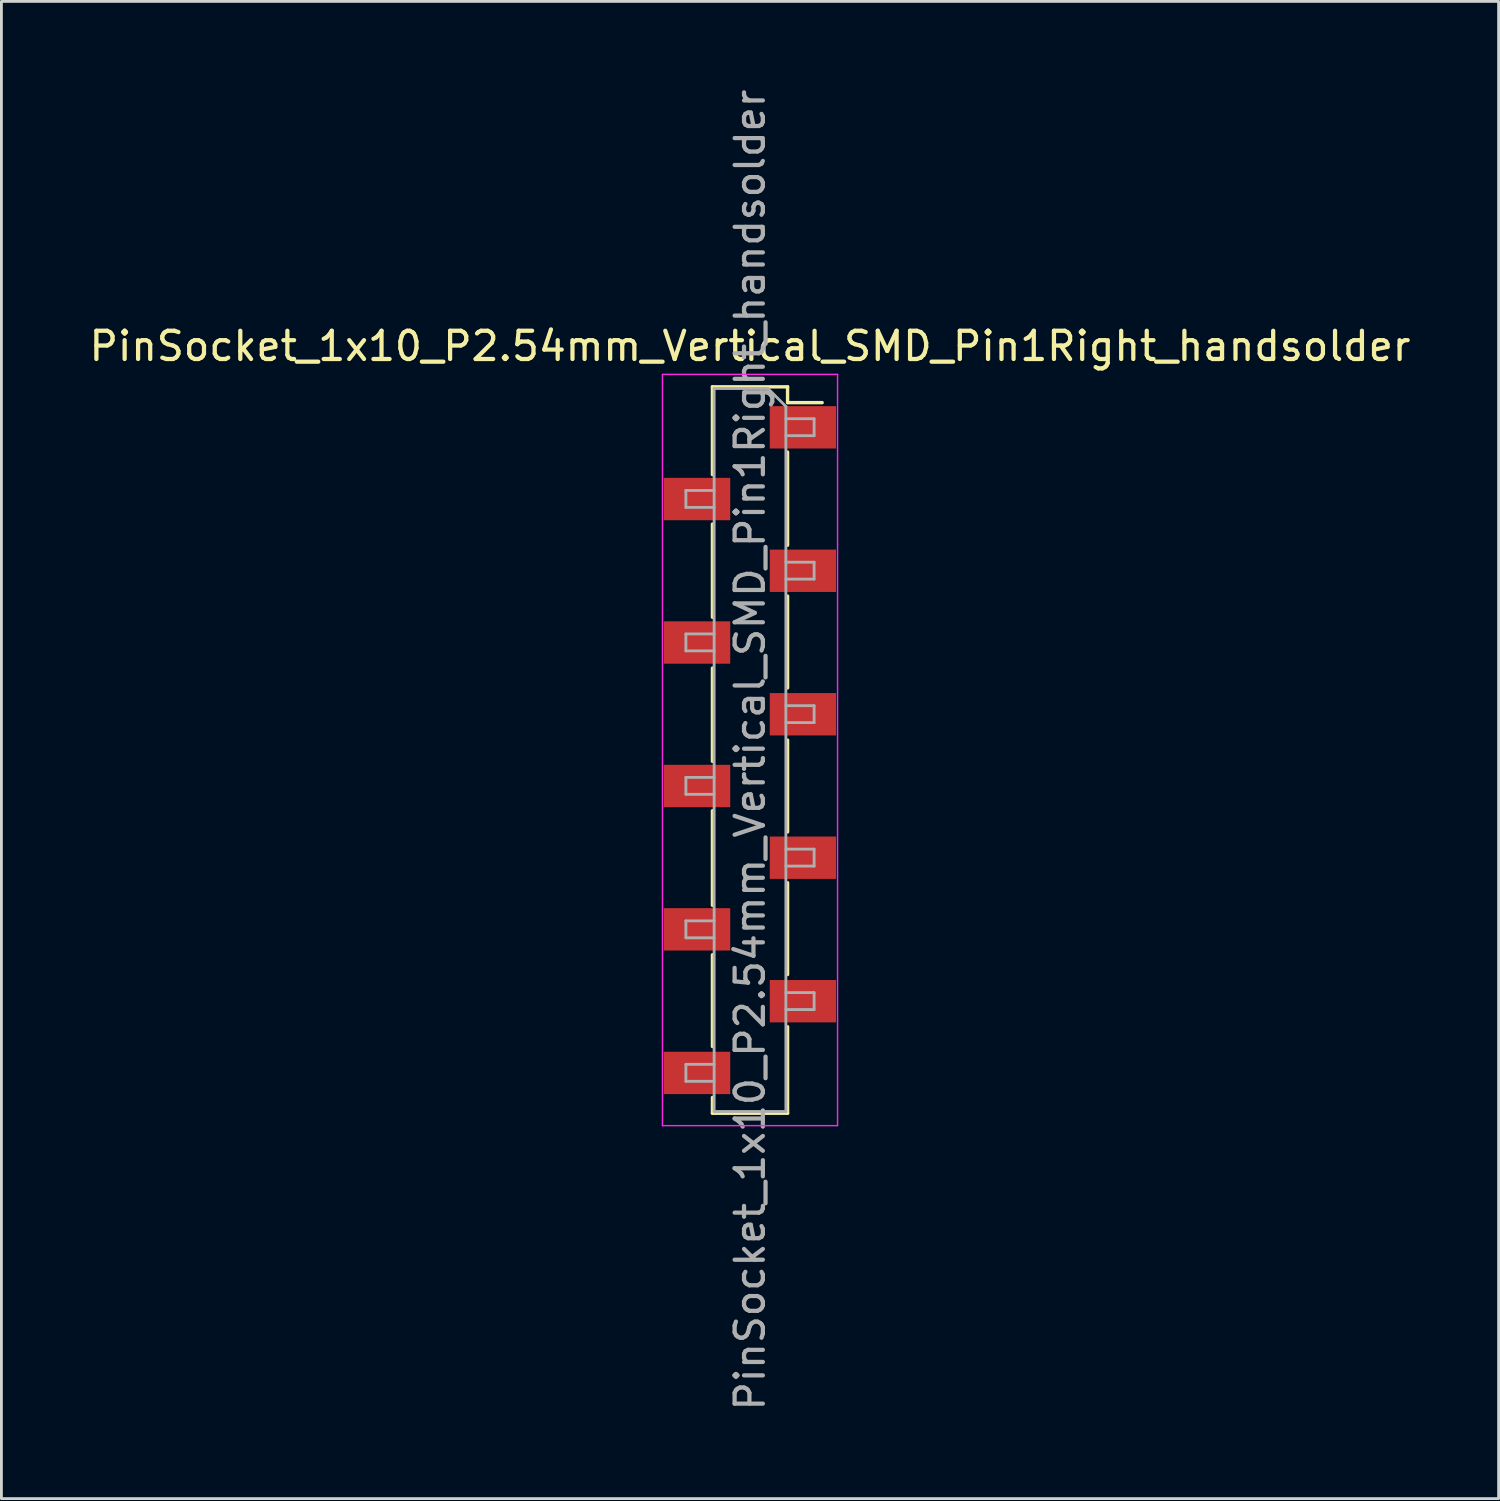
<source format=kicad_pcb>
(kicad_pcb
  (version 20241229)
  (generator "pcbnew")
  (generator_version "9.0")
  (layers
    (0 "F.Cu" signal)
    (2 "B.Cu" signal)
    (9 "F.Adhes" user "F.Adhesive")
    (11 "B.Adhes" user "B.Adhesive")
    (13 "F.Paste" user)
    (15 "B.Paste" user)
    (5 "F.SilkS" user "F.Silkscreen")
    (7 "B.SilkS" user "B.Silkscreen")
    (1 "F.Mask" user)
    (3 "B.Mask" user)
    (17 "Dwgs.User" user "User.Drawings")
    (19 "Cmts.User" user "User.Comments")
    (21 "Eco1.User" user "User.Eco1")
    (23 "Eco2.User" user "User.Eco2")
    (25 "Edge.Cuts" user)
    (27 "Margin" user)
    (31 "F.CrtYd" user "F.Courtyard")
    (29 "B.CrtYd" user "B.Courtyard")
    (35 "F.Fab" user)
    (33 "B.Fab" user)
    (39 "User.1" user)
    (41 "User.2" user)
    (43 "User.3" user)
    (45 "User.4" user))
  (footprint "PinSocket_1x10_P2.54mm_Vertical_SMD_Pin1Right_handsolder"
    (layer "F.Cu")
    (at 23.506 23.506)
    (property "Reference" "PinSocket_1x10_P2.54mm_Vertical_SMD_Pin1Right_handsolder" (at 0 -14.3 0) (layer "F.SilkS") (effects (font (size 1 1) (thickness 0.15))))
    (attr smd)
    (fp_line (start -1.33 -12.86) (end -1.33 -9.75) (stroke (width 0.12) (type solid)) (layer "F.SilkS"))
    (fp_line (start -1.33 -12.86) (end 1.33 -12.86) (stroke (width 0.12) (type solid)) (layer "F.SilkS"))
    (fp_line (start -1.33 -8) (end -1.33 -4.7) (stroke (width 0.12) (type solid)) (layer "F.SilkS"))
    (fp_line (start -1.33 -2.9) (end -1.33 0.4) (stroke (width 0.12) (type solid)) (layer "F.SilkS"))
    (fp_line (start -1.33 2.15) (end -1.33 5.5) (stroke (width 0.12) (type solid)) (layer "F.SilkS"))
    (fp_line (start -1.33 7.25) (end -1.33 10.5) (stroke (width 0.12) (type solid)) (layer "F.SilkS"))
    (fp_line (start -1.33 12.3) (end -1.33 12.86) (stroke (width 0.12) (type solid)) (layer "F.SilkS"))
    (fp_line (start -1.33 12.86) (end 1.33 12.86) (stroke (width 0.12) (type solid)) (layer "F.SilkS"))
    (fp_line (start 1.33 -12.86) (end 1.33 -12.3) (stroke (width 0.12) (type solid)) (layer "F.SilkS"))
    (fp_line (start 1.33 -10.55) (end 1.33 -7.25) (stroke (width 0.12) (type solid)) (layer "F.SilkS"))
    (fp_line (start 1.33 -5.45) (end 1.33 -2.2) (stroke (width 0.12) (type solid)) (layer "F.SilkS"))
    (fp_line (start 1.33 -0.35) (end 1.33 2.9) (stroke (width 0.12) (type solid)) (layer "F.SilkS"))
    (fp_line (start 1.33 4.7) (end 1.33 7.95) (stroke (width 0.12) (type solid)) (layer "F.SilkS"))
    (fp_line (start 1.33 9.8) (end 1.33 12.86) (stroke (width 0.12) (type solid)) (layer "F.SilkS"))
    (fp_line (start 1.345 -12.3) (end 2.555 -12.3) (stroke (width 0.12) (type solid)) (layer "F.SilkS"))
    (fp_line (start -3.1 -13.3) (end 3.1 -13.3) (stroke (width 0.05) (type solid)) (layer "F.CrtYd"))
    (fp_line (start -3.1 13.3) (end -3.1 -13.3) (stroke (width 0.05) (type solid)) (layer "F.CrtYd"))
    (fp_line (start 3.1 -13.3) (end 3.1 13.3) (stroke (width 0.05) (type solid)) (layer "F.CrtYd"))
    (fp_line (start 3.1 13.3) (end -3.1 13.3) (stroke (width 0.05) (type solid)) (layer "F.CrtYd"))
    (fp_line (start -2.27 -9.19) (end -1.27 -9.19) (stroke (width 0.1) (type solid)) (layer "F.Fab"))
    (fp_line (start -2.27 -8.59) (end -2.27 -9.19) (stroke (width 0.1) (type solid)) (layer "F.Fab"))
    (fp_line (start -2.27 -4.11) (end -1.27 -4.11) (stroke (width 0.1) (type solid)) (layer "F.Fab"))
    (fp_line (start -2.27 -3.51) (end -2.27 -4.11) (stroke (width 0.1) (type solid)) (layer "F.Fab"))
    (fp_line (start -2.27 0.97) (end -1.27 0.97) (stroke (width 0.1) (type solid)) (layer "F.Fab"))
    (fp_line (start -2.27 1.57) (end -2.27 0.97) (stroke (width 0.1) (type solid)) (layer "F.Fab"))
    (fp_line (start -2.27 6.05) (end -1.27 6.05) (stroke (width 0.1) (type solid)) (layer "F.Fab"))
    (fp_line (start -2.27 6.65) (end -2.27 6.05) (stroke (width 0.1) (type solid)) (layer "F.Fab"))
    (fp_line (start -2.27 11.13) (end -1.27 11.13) (stroke (width 0.1) (type solid)) (layer "F.Fab"))
    (fp_line (start -2.27 11.73) (end -2.27 11.13) (stroke (width 0.1) (type solid)) (layer "F.Fab"))
    (fp_line (start -1.27 -12.8) (end 0.635 -12.8) (stroke (width 0.1) (type solid)) (layer "F.Fab"))
    (fp_line (start -1.27 -8.59) (end -2.27 -8.59) (stroke (width 0.1) (type solid)) (layer "F.Fab"))
    (fp_line (start -1.27 -3.51) (end -2.27 -3.51) (stroke (width 0.1) (type solid)) (layer "F.Fab"))
    (fp_line (start -1.27 1.57) (end -2.27 1.57) (stroke (width 0.1) (type solid)) (layer "F.Fab"))
    (fp_line (start -1.27 6.65) (end -2.27 6.65) (stroke (width 0.1) (type solid)) (layer "F.Fab"))
    (fp_line (start -1.27 11.73) (end -2.27 11.73) (stroke (width 0.1) (type solid)) (layer "F.Fab"))
    (fp_line (start -1.27 12.8) (end -1.27 -12.8) (stroke (width 0.1) (type solid)) (layer "F.Fab"))
    (fp_line (start 0.635 -12.8) (end 1.27 -12.165) (stroke (width 0.1) (type solid)) (layer "F.Fab"))
    (fp_line (start 1.27 -12.165) (end 1.27 12.8) (stroke (width 0.1) (type solid)) (layer "F.Fab"))
    (fp_line (start 1.27 -11.73) (end 2.27 -11.73) (stroke (width 0.1) (type solid)) (layer "F.Fab"))
    (fp_line (start 1.27 -6.65) (end 2.27 -6.65) (stroke (width 0.1) (type solid)) (layer "F.Fab"))
    (fp_line (start 1.27 -1.57) (end 2.27 -1.57) (stroke (width 0.1) (type solid)) (layer "F.Fab"))
    (fp_line (start 1.27 3.51) (end 2.27 3.51) (stroke (width 0.1) (type solid)) (layer "F.Fab"))
    (fp_line (start 1.27 8.59) (end 2.27 8.59) (stroke (width 0.1) (type solid)) (layer "F.Fab"))
    (fp_line (start 1.27 12.8) (end -1.27 12.8) (stroke (width 0.1) (type solid)) (layer "F.Fab"))
    (fp_line (start 2.27 -11.73) (end 2.27 -11.13) (stroke (width 0.1) (type solid)) (layer "F.Fab"))
    (fp_line (start 2.27 -11.13) (end 1.27 -11.13) (stroke (width 0.1) (type solid)) (layer "F.Fab"))
    (fp_line (start 2.27 -6.65) (end 2.27 -6.05) (stroke (width 0.1) (type solid)) (layer "F.Fab"))
    (fp_line (start 2.27 -6.05) (end 1.27 -6.05) (stroke (width 0.1) (type solid)) (layer "F.Fab"))
    (fp_line (start 2.27 -1.57) (end 2.27 -0.97) (stroke (width 0.1) (type solid)) (layer "F.Fab"))
    (fp_line (start 2.27 -0.97) (end 1.27 -0.97) (stroke (width 0.1) (type solid)) (layer "F.Fab"))
    (fp_line (start 2.27 3.51) (end 2.27 4.11) (stroke (width 0.1) (type solid)) (layer "F.Fab"))
    (fp_line (start 2.27 4.11) (end 1.27 4.11) (stroke (width 0.1) (type solid)) (layer "F.Fab"))
    (fp_line (start 2.27 8.59) (end 2.27 9.19) (stroke (width 0.1) (type solid)) (layer "F.Fab"))
    (fp_line (start 2.27 9.19) (end 1.27 9.19) (stroke (width 0.1) (type solid)) (layer "F.Fab"))
    (fp_text user "${REFERENCE}" (at 0 0 90) (layer "F.Fab") (effects (font (size 1 1) (thickness 0.15))))
    (pad "1" smd rect (at 1.874 -11.426) (size 2.348 1.5) (layers "F.Cu" "F.Mask" "F.Paste"))
    (pad "2" smd rect (at -1.874 -8.886) (size 2.348 1.5) (layers "F.Cu" "F.Mask" "F.Paste"))
    (pad "3" smd rect (at 1.874 -6.346) (size 2.348 1.5) (layers "F.Cu" "F.Mask" "F.Paste"))
    (pad "4" smd rect (at -1.874 -3.806) (size 2.348 1.5) (layers "F.Cu" "F.Mask" "F.Paste"))
    (pad "5" smd rect (at 1.874 -1.266) (size 2.348 1.5) (layers "F.Cu" "F.Mask" "F.Paste"))
    (pad "6" smd rect (at -1.874 1.274) (size 2.348 1.5) (layers "F.Cu" "F.Mask" "F.Paste"))
    (pad "7" smd rect (at 1.874 3.814) (size 2.348 1.5) (layers "F.Cu" "F.Mask" "F.Paste"))
    (pad "8" smd rect (at -1.874 6.35) (size 2.348 1.5) (layers "F.Cu" "F.Mask" "F.Paste"))
    (pad "9" smd rect (at 1.874 8.894) (size 2.348 1.5) (layers "F.Cu" "F.Mask" "F.Paste"))
    (pad "10" smd rect (at -1.874 11.434) (size 2.348 1.5) (layers "F.Cu" "F.Mask" "F.Paste")))
  (gr_rect
    (start -3 -3)
    (end 50.012 50.012)
    (stroke (width 0.1) (type default))
    (fill no)
    (layer "Edge.Cuts")))
</source>
